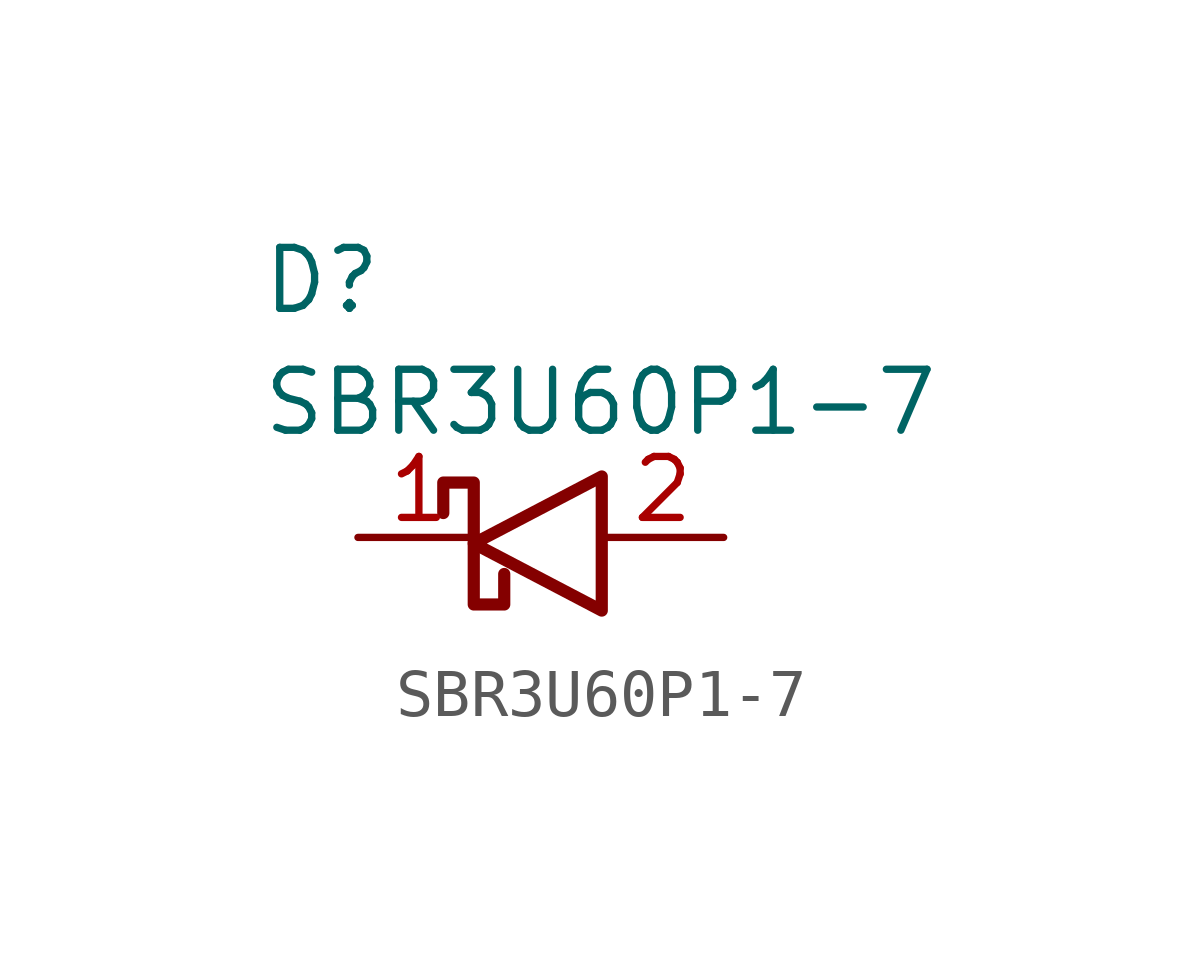
<source format=kicad_sym>
(kicad_symbol_lib
  (version 20241209)
  (generator "kicad_symbol_editor")
  (generator_version "9.0")
  (symbol "SBR3U60P1-7"
    (pin_names
      (hide yes))
    (property "Reference" "D"
      (at -5.842 6.096 0)
      (effects (font (size 1.27 1.27)) (justify left top)))
    (property "Value" "SBR3U60P1-7"
      (at -5.842 3.556 0)
      (effects (font (size 1.27 1.27)) (justify left top)))
    (symbol "SBR3U60P1-7_0_1"
      (polyline (pts (xy -2.032 0.508) (xy -2.032 1.143) (xy -1.397 1.143) (xy -1.397 -1.397) (xy -0.762 -1.397) (xy -0.762 -0.762)) (stroke (width 0.254) (type default)) (fill (type none)))
      (polyline (pts (xy 1.27 1.27) (xy 1.27 -1.524) (xy -1.397 -0.127) (xy 1.27 1.27)) (stroke (width 0.254) (type default)) (fill (type none))))
    (symbol "SBR3U60P1-7_1_1"
      (pin passive line (at -3.81 0 0) (length 2.54) (name "" (effects (font (size 1.27 1.27)))) (number "1" (effects (font (size 1.27 1.27)))))
      (pin passive line (at 3.81 0 180) (length 2.54) (name "" (effects (font (size 1.27 1.27)))) (number "2" (effects (font (size 1.27 1.27))))))))
</source>
